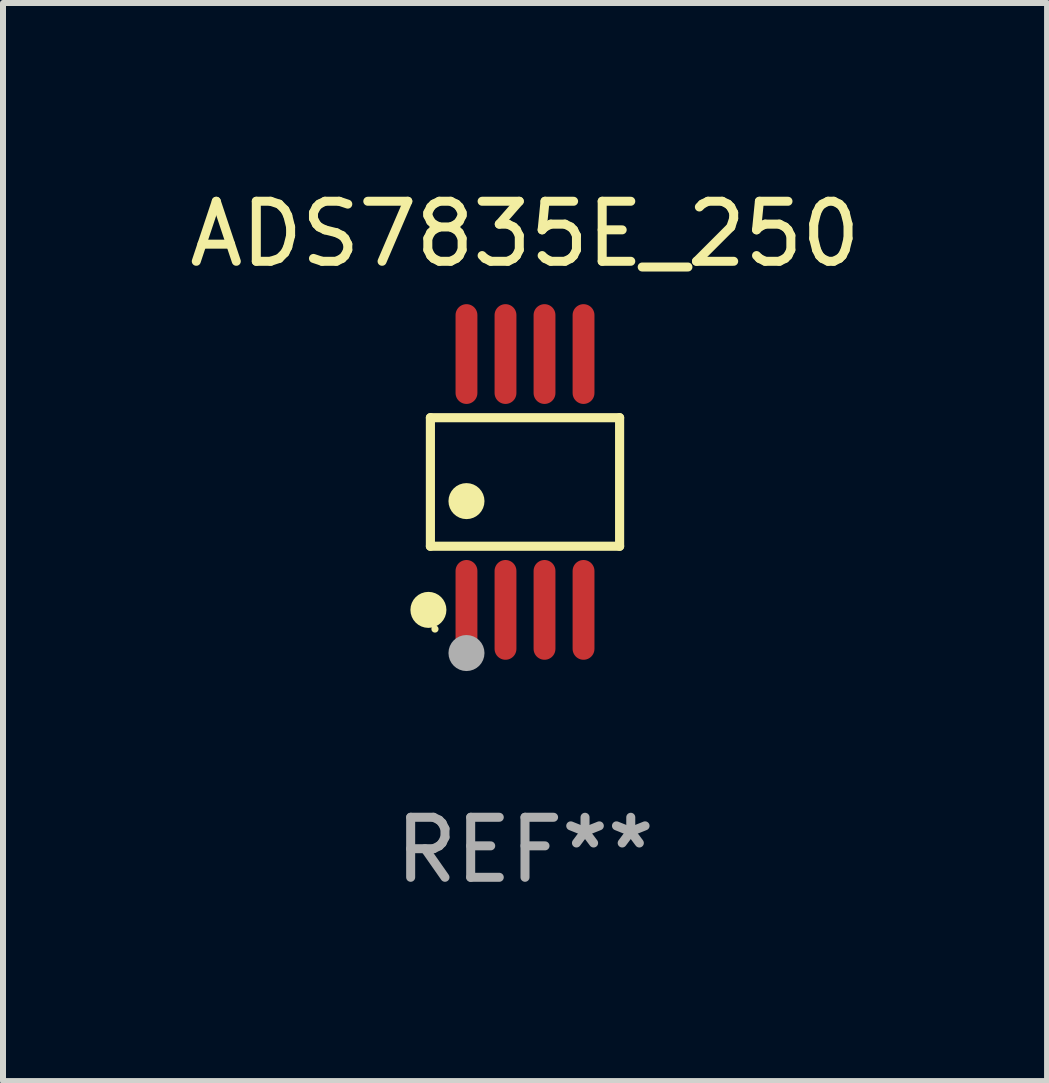
<source format=kicad_pcb>
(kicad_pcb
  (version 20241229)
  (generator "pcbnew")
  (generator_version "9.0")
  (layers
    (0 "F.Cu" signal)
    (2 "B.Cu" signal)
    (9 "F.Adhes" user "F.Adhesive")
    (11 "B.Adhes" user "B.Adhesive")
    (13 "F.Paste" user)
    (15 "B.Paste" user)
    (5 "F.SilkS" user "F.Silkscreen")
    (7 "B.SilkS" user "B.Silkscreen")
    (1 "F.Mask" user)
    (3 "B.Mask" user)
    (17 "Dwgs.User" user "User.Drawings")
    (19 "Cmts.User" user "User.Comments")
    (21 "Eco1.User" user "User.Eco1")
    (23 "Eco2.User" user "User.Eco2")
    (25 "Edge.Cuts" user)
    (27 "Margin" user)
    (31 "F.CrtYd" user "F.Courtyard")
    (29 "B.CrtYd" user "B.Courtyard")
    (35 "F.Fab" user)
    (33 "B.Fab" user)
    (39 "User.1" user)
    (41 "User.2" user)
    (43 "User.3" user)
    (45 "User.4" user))
  (footprint "ADS7835E_250"
    (layer "F.Cu")
    (at 5.696 4.979)
    (property "Reference" "ADS7835E_250" (at 0 -4.131 0) (layer "F.SilkS") (effects (font (size 1 1) (thickness 0.15))))
    (attr through_hole)
    (fp_line (start -1.576 -1.071) (end 1.576 -1.071) (stroke (width 0.152) (type solid)) (layer "F.SilkS"))
    (fp_line (start -1.576 1.071) (end -1.576 -1.071) (stroke (width 0.152) (type solid)) (layer "F.SilkS"))
    (fp_line (start 1.576 -1.071) (end 1.576 1.071) (stroke (width 0.152) (type solid)) (layer "F.SilkS"))
    (fp_line (start 1.576 1.071) (end -1.576 1.071) (stroke (width 0.152) (type solid)) (layer "F.SilkS"))
    (fp_circle (center -1.609 2.131) (end -1.459 2.131) (stroke (width 0.3) (type solid)) (fill no) (layer "F.SilkS"))
    (fp_circle (center -1.5 2.45) (end -1.47 2.45) (stroke (width 0.06) (type solid)) (fill no) (layer "F.SilkS"))
    (fp_circle (center -0.975 0.319) (end -0.825 0.319) (stroke (width 0.3) (type solid)) (fill no) (layer "F.SilkS"))
    (fp_circle (center -0.975 2.85) (end -0.825 2.85) (stroke (width 0.3) (type solid)) (fill no) (layer "F.Fab"))
    (fp_text user "REF**" (at 0 6.131 0) (layer "F.Fab") (effects (font (size 1 1) (thickness 0.15))))
    (pad "1" smd oval (at -0.975 2.131) (size 0.364 1.662) (layers "F.Cu" "F.Mask" "F.Paste"))
    (pad "2" smd oval (at -0.325 2.131) (size 0.364 1.662) (layers "F.Cu" "F.Mask" "F.Paste"))
    (pad "3" smd oval (at 0.325 2.131) (size 0.364 1.662) (layers "F.Cu" "F.Mask" "F.Paste"))
    (pad "4" smd oval (at 0.975 2.131) (size 0.364 1.662) (layers "F.Cu" "F.Mask" "F.Paste"))
    (pad "5" smd oval (at 0.975 -2.131) (size 0.364 1.662) (layers "F.Cu" "F.Mask" "F.Paste"))
    (pad "6" smd oval (at 0.325 -2.131) (size 0.364 1.662) (layers "F.Cu" "F.Mask" "F.Paste"))
    (pad "7" smd oval (at -0.325 -2.131) (size 0.364 1.662) (layers "F.Cu" "F.Mask" "F.Paste"))
    (pad "8" smd oval (at -0.975 -2.131) (size 0.364 1.662) (layers "F.Cu" "F.Mask" "F.Paste")))
  (gr_rect
    (start -3 -3)
    (end 14.393 14.959)
    (stroke (width 0.1) (type default))
    (fill no)
    (layer "Edge.Cuts")))
</source>
